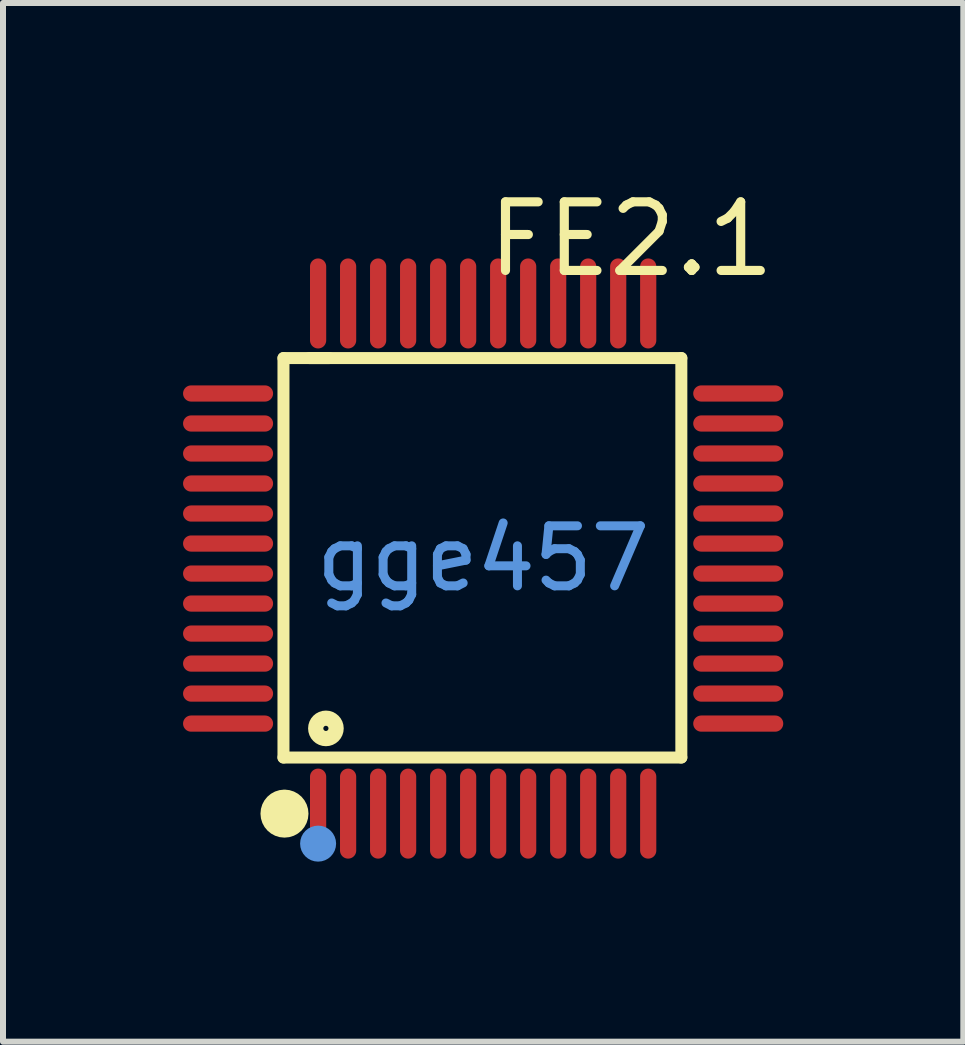
<source format=kicad_pcb>
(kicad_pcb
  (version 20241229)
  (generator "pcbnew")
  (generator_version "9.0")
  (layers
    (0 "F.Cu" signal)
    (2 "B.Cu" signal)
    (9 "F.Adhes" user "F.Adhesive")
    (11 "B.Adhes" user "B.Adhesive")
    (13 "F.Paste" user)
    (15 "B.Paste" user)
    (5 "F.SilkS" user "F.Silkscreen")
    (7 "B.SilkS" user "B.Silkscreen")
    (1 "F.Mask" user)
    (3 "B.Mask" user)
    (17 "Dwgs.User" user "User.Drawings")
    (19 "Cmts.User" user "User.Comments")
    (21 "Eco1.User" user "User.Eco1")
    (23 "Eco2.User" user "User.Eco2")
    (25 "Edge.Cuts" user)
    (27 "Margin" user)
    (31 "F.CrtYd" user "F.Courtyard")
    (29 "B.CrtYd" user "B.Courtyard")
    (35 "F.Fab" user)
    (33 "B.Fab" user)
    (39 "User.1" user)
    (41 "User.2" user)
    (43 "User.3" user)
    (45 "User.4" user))
  (footprint "FE2.1"
    (layer "F.Cu")
    (at 5 6.256)
    (property "Reference" "FE2.1" (at 0 -5.321 0) (layer "F.SilkS") (effects (font (size 1.143 1.143) (thickness 0.152)) (justify left)))
    (attr smd)
    (fp_line (start -3.327 -3.34) (end -2.565 -3.34) (stroke (width 0.2) (type solid)) (layer "F.SilkS"))
    (fp_line (start -3.327 3.315) (end -3.327 -3.34) (stroke (width 0.2) (type solid)) (layer "F.SilkS"))
    (fp_line (start -2.896 -3.34) (end 3.302 -3.34) (stroke (width 0.2) (type solid)) (layer "F.SilkS"))
    (fp_line (start 3.302 -3.34) (end 3.302 3.315) (stroke (width 0.2) (type solid)) (layer "F.SilkS"))
    (fp_line (start 3.302 3.315) (end -3.327 3.315) (stroke (width 0.2) (type solid)) (layer "F.SilkS"))
    (fp_arc (start -3.309 4.05) (mid -3.309729 4.450002) (end -3.311541 4.050003) (stroke (width 0.4) (type solid)) (layer "F.SilkS"))
    (fp_circle (center -2.62 2.83) (end -2.45 2.83) (stroke (width 0.254) (type solid)) (fill no) (layer "F.SilkS"))
    (fp_circle (center -2.75 4.75) (end -2.6 4.75) (stroke (width 0.3) (type solid)) (fill no) (layer "Cmts.User"))
    (fp_text user "gge457" (at 0 0 0) (layer "Cmts.User") (effects (font (size 1 1) (thickness 0.15))))
    (pad "1" smd oval (at -2.75 4.25) (size 0.27 1.5) (layers "F.Cu" "F.Mask" "F.Paste"))
    (pad "2" smd oval (at -2.25 4.25) (size 0.27 1.5) (layers "F.Cu" "F.Mask" "F.Paste"))
    (pad "3" smd oval (at -1.75 4.25) (size 0.27 1.5) (layers "F.Cu" "F.Mask" "F.Paste"))
    (pad "4" smd oval (at -1.25 4.25) (size 0.27 1.5) (layers "F.Cu" "F.Mask" "F.Paste"))
    (pad "5" smd oval (at -0.75 4.25) (size 0.27 1.5) (layers "F.Cu" "F.Mask" "F.Paste"))
    (pad "6" smd oval (at -0.25 4.25) (size 0.27 1.5) (layers "F.Cu" "F.Mask" "F.Paste"))
    (pad "7" smd oval (at 0.25 4.25) (size 0.27 1.5) (layers "F.Cu" "F.Mask" "F.Paste"))
    (pad "8" smd oval (at 0.75 4.25) (size 0.27 1.5) (layers "F.Cu" "F.Mask" "F.Paste"))
    (pad "9" smd oval (at 1.25 4.25) (size 0.27 1.5) (layers "F.Cu" "F.Mask" "F.Paste"))
    (pad "10" smd oval (at 1.75 4.25) (size 0.27 1.5) (layers "F.Cu" "F.Mask" "F.Paste"))
    (pad "11" smd oval (at 2.25 4.25) (size 0.27 1.5) (layers "F.Cu" "F.Mask" "F.Paste"))
    (pad "12" smd oval (at 2.75 4.25) (size 0.27 1.5) (layers "F.Cu" "F.Mask" "F.Paste"))
    (pad "13" smd oval (at 4.25 2.75) (size 1.5 0.27) (layers "F.Cu" "F.Mask" "F.Paste"))
    (pad "14" smd oval (at 4.25 2.25) (size 1.5 0.27) (layers "F.Cu" "F.Mask" "F.Paste"))
    (pad "15" smd oval (at 4.25 1.75) (size 1.5 0.27) (layers "F.Cu" "F.Mask" "F.Paste"))
    (pad "16" smd oval (at 4.25 1.25) (size 1.5 0.27) (layers "F.Cu" "F.Mask" "F.Paste"))
    (pad "17" smd oval (at 4.25 0.75) (size 1.5 0.27) (layers "F.Cu" "F.Mask" "F.Paste"))
    (pad "18" smd oval (at 4.25 0.25) (size 1.5 0.27) (layers "F.Cu" "F.Mask" "F.Paste"))
    (pad "19" smd oval (at 4.25 -0.25) (size 1.5 0.27) (layers "F.Cu" "F.Mask" "F.Paste"))
    (pad "20" smd oval (at 4.25 -0.75) (size 1.5 0.27) (layers "F.Cu" "F.Mask" "F.Paste"))
    (pad "21" smd oval (at 4.25 -1.25) (size 1.5 0.27) (layers "F.Cu" "F.Mask" "F.Paste"))
    (pad "22" smd oval (at 4.25 -1.75) (size 1.5 0.27) (layers "F.Cu" "F.Mask" "F.Paste"))
    (pad "23" smd oval (at 4.25 -2.25) (size 1.5 0.27) (layers "F.Cu" "F.Mask" "F.Paste"))
    (pad "24" smd oval (at 4.25 -2.75) (size 1.5 0.27) (layers "F.Cu" "F.Mask" "F.Paste"))
    (pad "25" smd oval (at 2.75 -4.25) (size 0.27 1.5) (layers "F.Cu" "F.Mask" "F.Paste"))
    (pad "26" smd oval (at 2.25 -4.25) (size 0.27 1.5) (layers "F.Cu" "F.Mask" "F.Paste"))
    (pad "27" smd oval (at 1.75 -4.25) (size 0.27 1.5) (layers "F.Cu" "F.Mask" "F.Paste"))
    (pad "28" smd oval (at 1.25 -4.25) (size 0.27 1.5) (layers "F.Cu" "F.Mask" "F.Paste"))
    (pad "29" smd oval (at 0.75 -4.25) (size 0.27 1.5) (layers "F.Cu" "F.Mask" "F.Paste"))
    (pad "30" smd oval (at 0.25 -4.25) (size 0.27 1.5) (layers "F.Cu" "F.Mask" "F.Paste"))
    (pad "31" smd oval (at -0.25 -4.25) (size 0.27 1.5) (layers "F.Cu" "F.Mask" "F.Paste"))
    (pad "32" smd oval (at -0.75 -4.25) (size 0.27 1.5) (layers "F.Cu" "F.Mask" "F.Paste"))
    (pad "33" smd oval (at -1.25 -4.25) (size 0.27 1.5) (layers "F.Cu" "F.Mask" "F.Paste"))
    (pad "34" smd oval (at -1.75 -4.25) (size 0.27 1.5) (layers "F.Cu" "F.Mask" "F.Paste"))
    (pad "35" smd oval (at -2.25 -4.25) (size 0.27 1.5) (layers "F.Cu" "F.Mask" "F.Paste"))
    (pad "36" smd oval (at -2.75 -4.25) (size 0.27 1.5) (layers "F.Cu" "F.Mask" "F.Paste"))
    (pad "37" smd oval (at -4.25 -2.75) (size 1.5 0.27) (layers "F.Cu" "F.Mask" "F.Paste"))
    (pad "38" smd oval (at -4.25 -2.25) (size 1.5 0.27) (layers "F.Cu" "F.Mask" "F.Paste"))
    (pad "39" smd oval (at -4.25 -1.75) (size 1.5 0.27) (layers "F.Cu" "F.Mask" "F.Paste"))
    (pad "40" smd oval (at -4.25 -1.25) (size 1.5 0.27) (layers "F.Cu" "F.Mask" "F.Paste"))
    (pad "41" smd oval (at -4.25 -0.75) (size 1.5 0.27) (layers "F.Cu" "F.Mask" "F.Paste"))
    (pad "42" smd oval (at -4.25 -0.25) (size 1.5 0.27) (layers "F.Cu" "F.Mask" "F.Paste"))
    (pad "43" smd oval (at -4.25 0.25) (size 1.5 0.27) (layers "F.Cu" "F.Mask" "F.Paste"))
    (pad "44" smd oval (at -4.25 0.75) (size 1.5 0.27) (layers "F.Cu" "F.Mask" "F.Paste"))
    (pad "45" smd oval (at -4.25 1.25) (size 1.5 0.27) (layers "F.Cu" "F.Mask" "F.Paste"))
    (pad "46" smd oval (at -4.25 1.75) (size 1.5 0.27) (layers "F.Cu" "F.Mask" "F.Paste"))
    (pad "47" smd oval (at -4.25 2.25) (size 1.5 0.27) (layers "F.Cu" "F.Mask" "F.Paste"))
    (pad "48" smd oval (at -4.25 2.75) (size 1.5 0.27) (layers "F.Cu" "F.Mask" "F.Paste")))
  (gr_rect
    (start -3 -3)
    (end 13 14.306)
    (stroke (width 0.1) (type default))
    (fill no)
    (layer "Edge.Cuts")))
</source>
